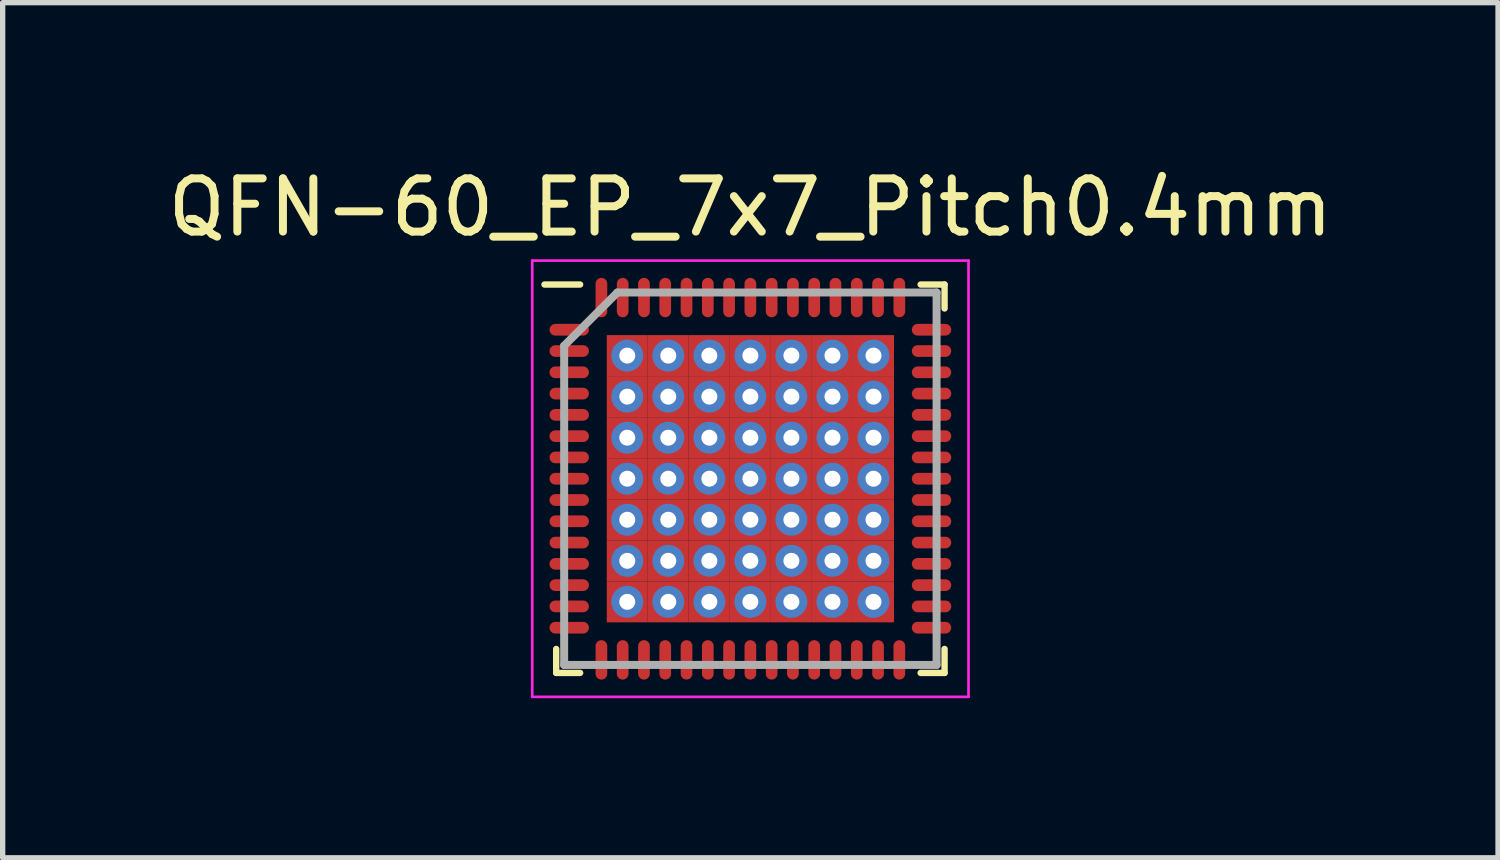
<source format=kicad_pcb>
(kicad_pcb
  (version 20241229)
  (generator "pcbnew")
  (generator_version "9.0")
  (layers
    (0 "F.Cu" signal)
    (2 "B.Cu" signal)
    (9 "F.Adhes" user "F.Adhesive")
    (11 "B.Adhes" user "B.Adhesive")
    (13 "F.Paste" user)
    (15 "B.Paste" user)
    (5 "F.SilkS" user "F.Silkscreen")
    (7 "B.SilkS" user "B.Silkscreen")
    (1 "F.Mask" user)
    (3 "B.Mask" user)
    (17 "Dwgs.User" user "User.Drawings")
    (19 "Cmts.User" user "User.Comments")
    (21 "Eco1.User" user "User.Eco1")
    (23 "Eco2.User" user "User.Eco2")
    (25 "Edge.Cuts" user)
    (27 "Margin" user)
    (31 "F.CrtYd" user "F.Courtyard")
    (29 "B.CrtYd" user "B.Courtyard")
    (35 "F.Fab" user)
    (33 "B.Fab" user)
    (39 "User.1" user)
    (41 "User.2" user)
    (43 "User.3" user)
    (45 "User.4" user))
  (footprint "QFN-60_EP_7x7_Pitch0.4mm"
    (layer "F.Cu")
    (at 11.054 5.948)
    (property "Reference" "QFN-60_EP_7x7_Pitch0.4mm" (at 0 -5.1 0) (layer "F.SilkS") (effects (font (size 1 1) (thickness 0.15))))
    (attr through_hole)
    (fp_line (start -3.65 3.65) (end -3.65 3.2) (stroke (width 0.12) (type solid)) (layer "F.SilkS"))
    (fp_line (start -3.2 -3.65) (end -3.87 -3.65) (stroke (width 0.12) (type solid)) (layer "F.SilkS"))
    (fp_line (start -3.2 3.65) (end -3.65 3.65) (stroke (width 0.12) (type solid)) (layer "F.SilkS"))
    (fp_line (start 3.2 -3.65) (end 3.65 -3.65) (stroke (width 0.12) (type solid)) (layer "F.SilkS"))
    (fp_line (start 3.2 3.65) (end 3.65 3.65) (stroke (width 0.12) (type solid)) (layer "F.SilkS"))
    (fp_line (start 3.65 -3.65) (end 3.65 -3.2) (stroke (width 0.12) (type solid)) (layer "F.SilkS"))
    (fp_line (start 3.65 3.65) (end 3.65 3.2) (stroke (width 0.12) (type solid)) (layer "F.SilkS"))
    (fp_line (start -4.1 -4.1) (end 4.1 -4.1) (stroke (width 0.05) (type solid)) (layer "F.CrtYd"))
    (fp_line (start -4.1 4.1) (end -4.1 -4.1) (stroke (width 0.05) (type solid)) (layer "F.CrtYd"))
    (fp_line (start 4.1 -4.1) (end 4.1 4.1) (stroke (width 0.05) (type solid)) (layer "F.CrtYd"))
    (fp_line (start 4.1 4.1) (end -4.1 4.1) (stroke (width 0.05) (type solid)) (layer "F.CrtYd"))
    (fp_line (start -3.5 -2.5) (end -3.5 3.5) (stroke (width 0.15) (type solid)) (layer "F.Fab"))
    (fp_line (start -3.5 3.5) (end 3.5 3.5) (stroke (width 0.15) (type solid)) (layer "F.Fab"))
    (fp_line (start -2.5 -3.5) (end -3.5 -2.5) (stroke (width 0.15) (type solid)) (layer "F.Fab"))
    (fp_line (start 3.5 -3.5) (end -2.5 -3.5) (stroke (width 0.15) (type solid)) (layer "F.Fab"))
    (fp_line (start 3.5 3.5) (end 3.5 -3.5) (stroke (width 0.15) (type solid)) (layer "F.Fab"))
    (pad "1" smd oval (at -3.405 -2.8 90) (size 0.22 0.74) (layers "F.Cu" "F.Mask" "F.Paste"))
    (pad "2" smd oval (at -3.405 -2.4 90) (size 0.22 0.74) (layers "F.Cu" "F.Mask" "F.Paste"))
    (pad "3" smd oval (at -3.405 -2 90) (size 0.22 0.74) (layers "F.Cu" "F.Mask" "F.Paste"))
    (pad "4" smd oval (at -3.405 -1.6 90) (size 0.22 0.74) (layers "F.Cu" "F.Mask" "F.Paste"))
    (pad "5" smd oval (at -3.405 -1.2 90) (size 0.22 0.74) (layers "F.Cu" "F.Mask" "F.Paste"))
    (pad "6" smd oval (at -3.405 -0.8 90) (size 0.22 0.74) (layers "F.Cu" "F.Mask" "F.Paste"))
    (pad "7" smd oval (at -3.405 -0.4 90) (size 0.22 0.74) (layers "F.Cu" "F.Mask" "F.Paste"))
    (pad "8" smd oval (at -3.405 0 90) (size 0.22 0.74) (layers "F.Cu" "F.Mask" "F.Paste"))
    (pad "9" smd oval (at -3.405 0.4 90) (size 0.22 0.74) (layers "F.Cu" "F.Mask" "F.Paste"))
    (pad "10" smd oval (at -3.405 0.8 90) (size 0.22 0.74) (layers "F.Cu" "F.Mask" "F.Paste"))
    (pad "11" smd oval (at -3.405 1.2 90) (size 0.22 0.74) (layers "F.Cu" "F.Mask" "F.Paste"))
    (pad "12" smd oval (at -3.405 1.6 90) (size 0.22 0.74) (layers "F.Cu" "F.Mask" "F.Paste"))
    (pad "13" smd oval (at -3.405 2 90) (size 0.22 0.74) (layers "F.Cu" "F.Mask" "F.Paste"))
    (pad "14" smd oval (at -3.405 2.4 90) (size 0.22 0.74) (layers "F.Cu" "F.Mask" "F.Paste"))
    (pad "15" smd oval (at -3.405 2.8 90) (size 0.22 0.74) (layers "F.Cu" "F.Mask" "F.Paste"))
    (pad "16" smd oval (at -2.8 3.405) (size 0.22 0.74) (layers "F.Cu" "F.Mask" "F.Paste"))
    (pad "17" smd oval (at -2.4 3.405) (size 0.22 0.74) (layers "F.Cu" "F.Mask" "F.Paste"))
    (pad "18" smd oval (at -2 3.405) (size 0.22 0.74) (layers "F.Cu" "F.Mask" "F.Paste"))
    (pad "19" smd oval (at -1.6 3.405) (size 0.22 0.74) (layers "F.Cu" "F.Mask" "F.Paste"))
    (pad "20" smd oval (at -1.2 3.405) (size 0.22 0.74) (layers "F.Cu" "F.Mask" "F.Paste"))
    (pad "21" smd oval (at -0.8 3.405) (size 0.22 0.74) (layers "F.Cu" "F.Mask" "F.Paste"))
    (pad "22" smd oval (at -0.4 3.405) (size 0.22 0.74) (layers "F.Cu" "F.Mask" "F.Paste"))
    (pad "23" smd oval (at 0 3.405) (size 0.22 0.74) (layers "F.Cu" "F.Mask" "F.Paste"))
    (pad "24" smd oval (at 0.4 3.405) (size 0.22 0.74) (layers "F.Cu" "F.Mask" "F.Paste"))
    (pad "25" smd oval (at 0.8 3.405) (size 0.22 0.74) (layers "F.Cu" "F.Mask" "F.Paste"))
    (pad "26" smd oval (at 1.2 3.405) (size 0.22 0.74) (layers "F.Cu" "F.Mask" "F.Paste"))
    (pad "27" smd oval (at 1.6 3.405) (size 0.22 0.74) (layers "F.Cu" "F.Mask" "F.Paste"))
    (pad "28" smd oval (at 2 3.405) (size 0.22 0.74) (layers "F.Cu" "F.Mask" "F.Paste"))
    (pad "29" smd oval (at 2.4 3.405) (size 0.22 0.74) (layers "F.Cu" "F.Mask" "F.Paste"))
    (pad "30" smd oval (at 2.8 3.405) (size 0.22 0.74) (layers "F.Cu" "F.Mask" "F.Paste"))
    (pad "31" smd oval (at 3.405 2.8 90) (size 0.22 0.74) (layers "F.Cu" "F.Mask" "F.Paste"))
    (pad "32" smd oval (at 3.405 2.4 90) (size 0.22 0.74) (layers "F.Cu" "F.Mask" "F.Paste"))
    (pad "33" smd oval (at 3.405 2 90) (size 0.22 0.74) (layers "F.Cu" "F.Mask" "F.Paste"))
    (pad "34" smd oval (at 3.405 1.6 90) (size 0.22 0.74) (layers "F.Cu" "F.Mask" "F.Paste"))
    (pad "35" smd oval (at 3.405 1.2 90) (size 0.22 0.74) (layers "F.Cu" "F.Mask" "F.Paste"))
    (pad "36" smd oval (at 3.405 0.8 90) (size 0.22 0.74) (layers "F.Cu" "F.Mask" "F.Paste"))
    (pad "37" smd oval (at 3.405 0.4 90) (size 0.22 0.74) (layers "F.Cu" "F.Mask" "F.Paste"))
    (pad "38" smd oval (at 3.405 0 90) (size 0.22 0.74) (layers "F.Cu" "F.Mask" "F.Paste"))
    (pad "39" smd oval (at 3.405 -0.4 90) (size 0.22 0.74) (layers "F.Cu" "F.Mask" "F.Paste"))
    (pad "40" smd oval (at 3.405 -0.8 90) (size 0.22 0.74) (layers "F.Cu" "F.Mask" "F.Paste"))
    (pad "41" smd oval (at 3.405 -1.2 90) (size 0.22 0.74) (layers "F.Cu" "F.Mask" "F.Paste"))
    (pad "42" smd oval (at 3.405 -1.6 90) (size 0.22 0.74) (layers "F.Cu" "F.Mask" "F.Paste"))
    (pad "43" smd oval (at 3.405 -2 90) (size 0.22 0.74) (layers "F.Cu" "F.Mask" "F.Paste"))
    (pad "44" smd oval (at 3.405 -2.4 90) (size 0.22 0.74) (layers "F.Cu" "F.Mask" "F.Paste"))
    (pad "45" smd oval (at 3.405 -2.8 90) (size 0.22 0.74) (layers "F.Cu" "F.Mask" "F.Paste"))
    (pad "46" smd oval (at 2.8 -3.405) (size 0.22 0.74) (layers "F.Cu" "F.Mask" "F.Paste"))
    (pad "47" smd oval (at 2.4 -3.405) (size 0.22 0.74) (layers "F.Cu" "F.Mask" "F.Paste"))
    (pad "48" smd oval (at 2 -3.405) (size 0.22 0.74) (layers "F.Cu" "F.Mask" "F.Paste"))
    (pad "49" smd oval (at 1.6 -3.405) (size 0.22 0.74) (layers "F.Cu" "F.Mask" "F.Paste"))
    (pad "50" smd oval (at 1.2 -3.405) (size 0.22 0.74) (layers "F.Cu" "F.Mask" "F.Paste"))
    (pad "51" smd oval (at 0.8 -3.405) (size 0.22 0.74) (layers "F.Cu" "F.Mask" "F.Paste"))
    (pad "52" smd oval (at 0.4 -3.405) (size 0.22 0.74) (layers "F.Cu" "F.Mask" "F.Paste"))
    (pad "53" smd oval (at 0 -3.405) (size 0.22 0.74) (layers "F.Cu" "F.Mask" "F.Paste"))
    (pad "54" smd oval (at -0.4 -3.405) (size 0.22 0.74) (layers "F.Cu" "F.Mask" "F.Paste"))
    (pad "55" smd oval (at -0.8 -3.405) (size 0.22 0.74) (layers "F.Cu" "F.Mask" "F.Paste"))
    (pad "56" smd oval (at -1.2 -3.405) (size 0.22 0.74) (layers "F.Cu" "F.Mask" "F.Paste"))
    (pad "57" smd oval (at -1.6 -3.405) (size 0.22 0.74) (layers "F.Cu" "F.Mask" "F.Paste"))
    (pad "58" smd oval (at -2 -3.405) (size 0.22 0.74) (layers "F.Cu" "F.Mask" "F.Paste"))
    (pad "59" smd oval (at -2.4 -3.405) (size 0.22 0.74) (layers "F.Cu" "F.Mask" "F.Paste"))
    (pad "60" smd oval (at -2.8 -3.405) (size 0.22 0.74) (layers "F.Cu" "F.Mask" "F.Paste"))
    (pad "61" thru_hole circle (at -2.314 -2.314) (size 0.6 0.6) (drill 0.3) (layers "*.Cu" "*.Mask"))
    (pad "61" smd rect (at -2.314 -2.314) (size 0.771 0.771) (layers "F.Cu" "F.Mask" "F.Paste"))
    (pad "61" thru_hole circle (at -2.314 -1.543 90) (size 0.6 0.6) (drill 0.3) (layers "*.Cu" "*.Mask"))
    (pad "61" smd rect (at -2.314 -1.543) (size 0.771 0.771) (layers "F.Cu" "F.Mask" "F.Paste"))
    (pad "61" thru_hole circle (at -2.314 -0.771 90) (size 0.6 0.6) (drill 0.3) (layers "*.Cu" "*.Mask"))
    (pad "61" smd rect (at -2.314 -0.771) (size 0.771 0.771) (layers "F.Cu" "F.Mask" "F.Paste"))
    (pad "61" thru_hole circle (at -2.314 -0.000001 90) (size 0.6 0.6) (drill 0.3) (layers "*.Cu" "*.Mask"))
    (pad "61" smd rect (at -2.314 0) (size 0.771 0.771) (layers "F.Cu" "F.Mask" "F.Paste"))
    (pad "61" thru_hole circle (at -2.314 0.771 90) (size 0.6 0.6) (drill 0.3) (layers "*.Cu" "*.Mask"))
    (pad "61" smd rect (at -2.314 0.771) (size 0.771 0.771) (layers "F.Cu" "F.Mask" "F.Paste"))
    (pad "61" thru_hole circle (at -2.314 1.543 90) (size 0.6 0.6) (drill 0.3) (layers "*.Cu" "*.Mask"))
    (pad "61" smd rect (at -2.314 1.543) (size 0.771 0.771) (layers "F.Cu" "F.Mask" "F.Paste"))
    (pad "61" thru_hole circle (at -2.314 2.314 90) (size 0.6 0.6) (drill 0.3) (layers "*.Cu" "*.Mask"))
    (pad "61" smd rect (at -2.314 2.314) (size 0.771 0.771) (layers "F.Cu" "F.Mask" "F.Paste"))
    (pad "61" thru_hole circle (at -1.543 -2.314) (size 0.6 0.6) (drill 0.3) (layers "*.Cu" "*.Mask"))
    (pad "61" smd rect (at -1.543 -2.314) (size 0.771 0.771) (layers "F.Cu" "F.Mask" "F.Paste"))
    (pad "61" thru_hole circle (at -1.543 -1.543) (size 0.6 0.6) (drill 0.3) (layers "*.Cu" "*.Mask"))
    (pad "61" smd rect (at -1.543 -1.543) (size 0.771 0.771) (layers "F.Cu" "F.Mask" "F.Paste"))
    (pad "61" thru_hole circle (at -1.543 -0.771) (size 0.6 0.6) (drill 0.3) (layers "*.Cu" "*.Mask"))
    (pad "61" smd rect (at -1.543 -0.771) (size 0.771 0.771) (layers "F.Cu" "F.Mask" "F.Paste"))
    (pad "61" thru_hole circle (at -1.543 0) (size 0.6 0.6) (drill 0.3) (layers "*.Cu" "*.Mask"))
    (pad "61" smd rect (at -1.543 0) (size 0.771 0.771) (layers "F.Cu" "F.Mask" "F.Paste"))
    (pad "61" smd rect (at -1.543 0.771) (size 0.771 0.771) (layers "F.Cu" "F.Mask" "F.Paste"))
    (pad "61" thru_hole circle (at -1.543 0.771) (size 0.6 0.6) (drill 0.3) (layers "*.Cu" "*.Mask"))
    (pad "61" thru_hole circle (at -1.543 1.543) (size 0.6 0.6) (drill 0.3) (layers "*.Cu" "*.Mask"))
    (pad "61" smd rect (at -1.543 1.543) (size 0.771 0.771) (layers "F.Cu" "F.Mask" "F.Paste"))
    (pad "61" thru_hole circle (at -1.543 2.314) (size 0.6 0.6) (drill 0.3) (layers "*.Cu" "*.Mask"))
    (pad "61" smd rect (at -1.543 2.314) (size 0.771 0.771) (layers "F.Cu" "F.Mask" "F.Paste"))
    (pad "61" thru_hole circle (at -0.771 -2.314) (size 0.6 0.6) (drill 0.3) (layers "*.Cu" "*.Mask"))
    (pad "61" thru_hole circle (at -0.771 -1.543) (size 0.6 0.6) (drill 0.3) (layers "*.Cu" "*.Mask"))
    (pad "61" thru_hole circle (at -0.771 -0.771) (size 0.6 0.6) (drill 0.3) (layers "*.Cu" "*.Mask"))
    (pad "61" thru_hole circle (at -0.771 0) (size 0.6 0.6) (drill 0.3) (layers "*.Cu" "*.Mask"))
    (pad "61" thru_hole circle (at -0.771 0.771) (size 0.6 0.6) (drill 0.3) (layers "*.Cu" "*.Mask"))
    (pad "61" thru_hole circle (at -0.771 1.543) (size 0.6 0.6) (drill 0.3) (layers "*.Cu" "*.Mask"))
    (pad "61" smd rect (at -0.771 -2.314) (size 0.771 0.771) (layers "F.Cu" "F.Mask" "F.Paste"))
    (pad "61" smd rect (at -0.771 -1.543) (size 0.771 0.771) (layers "F.Cu" "F.Mask" "F.Paste"))
    (pad "61" smd rect (at -0.771 -0.771) (size 0.771 0.771) (layers "F.Cu" "F.Mask" "F.Paste"))
    (pad "61" smd rect (at -0.771 0) (size 0.771 0.771) (layers "F.Cu" "F.Mask" "F.Paste"))
    (pad "61" smd rect (at -0.771 0.771) (size 0.771 0.771) (layers "F.Cu" "F.Mask" "F.Paste"))
    (pad "61" smd rect (at -0.771 1.543) (size 0.771 0.771) (layers "F.Cu" "F.Mask" "F.Paste"))
    (pad "61" thru_hole circle (at -0.771 2.314) (size 0.6 0.6) (drill 0.3) (layers "*.Cu" "*.Mask"))
    (pad "61" smd rect (at -0.771 2.314) (size 0.771 0.771) (layers "F.Cu" "F.Mask" "F.Paste"))
    (pad "61" thru_hole circle (at -0.000001 -2.314) (size 0.6 0.6) (drill 0.3) (layers "*.Cu" "*.Mask"))
    (pad "61" smd rect (at 0 -2.314) (size 0.771 0.771) (layers "F.Cu" "F.Mask" "F.Paste"))
    (pad "61" thru_hole circle (at 0 -1.543) (size 0.6 0.6) (drill 0.3) (layers "*.Cu" "*.Mask"))
    (pad "61" smd rect (at 0 -1.543) (size 0.771 0.771) (layers "F.Cu" "F.Mask" "F.Paste"))
    (pad "61" thru_hole circle (at 0 -0.771) (size 0.6 0.6) (drill 0.3) (layers "*.Cu" "*.Mask"))
    (pad "61" smd rect (at 0 -0.771) (size 0.771 0.771) (layers "F.Cu" "F.Mask" "F.Paste"))
    (pad "61" thru_hole circle (at 0 0) (size 0.6 0.6) (drill 0.3) (layers "*.Cu" "*.Mask"))
    (pad "61" smd rect (at 0 0) (size 0.771 0.771) (layers "F.Cu" "F.Mask" "F.Paste"))
    (pad "61" smd rect (at 0 0.771) (size 0.771 0.771) (layers "F.Cu" "F.Mask" "F.Paste"))
    (pad "61" thru_hole circle (at 0 0.771) (size 0.6 0.6) (drill 0.3) (layers "*.Cu" "*.Mask"))
    (pad "61" thru_hole circle (at 0 1.543) (size 0.6 0.6) (drill 0.3) (layers "*.Cu" "*.Mask"))
    (pad "61" smd rect (at 0 1.543) (size 0.771 0.771) (layers "F.Cu" "F.Mask" "F.Paste"))
    (pad "61" thru_hole circle (at 0 2.314) (size 0.6 0.6) (drill 0.3) (layers "*.Cu" "*.Mask"))
    (pad "61" smd rect (at 0 2.314) (size 0.771 0.771) (layers "F.Cu" "F.Mask" "F.Paste"))
    (pad "61" thru_hole circle (at 0.771 -2.314) (size 0.6 0.6) (drill 0.3) (layers "*.Cu" "*.Mask"))
    (pad "61" smd rect (at 0.771 -2.314) (size 0.771 0.771) (layers "F.Cu" "F.Mask" "F.Paste"))
    (pad "61" thru_hole circle (at 0.771 -1.543) (size 0.6 0.6) (drill 0.3) (layers "*.Cu" "*.Mask"))
    (pad "61" smd rect (at 0.771 -1.543) (size 0.771 0.771) (layers "F.Cu" "F.Mask" "F.Paste"))
    (pad "61" thru_hole circle (at 0.771 -0.771) (size 0.6 0.6) (drill 0.3) (layers "*.Cu" "*.Mask"))
    (pad "61" smd rect (at 0.771 -0.771) (size 0.771 0.771) (layers "F.Cu" "F.Mask" "F.Paste"))
    (pad "61" thru_hole circle (at 0.771 0) (size 0.6 0.6) (drill 0.3) (layers "*.Cu" "*.Mask"))
    (pad "61" smd rect (at 0.771 0) (size 0.771 0.771) (layers "F.Cu" "F.Mask" "F.Paste"))
    (pad "61" smd rect (at 0.771 0.771) (size 0.771 0.771) (layers "F.Cu" "F.Mask" "F.Paste"))
    (pad "61" thru_hole circle (at 0.771 0.771) (size 0.6 0.6) (drill 0.3) (layers "*.Cu" "*.Mask"))
    (pad "61" thru_hole circle (at 0.771 1.543) (size 0.6 0.6) (drill 0.3) (layers "*.Cu" "*.Mask"))
    (pad "61" smd rect (at 0.771 1.543) (size 0.771 0.771) (layers "F.Cu" "F.Mask" "F.Paste"))
    (pad "61" smd rect (at 0.771 2.314) (size 0.771 0.771) (layers "F.Cu" "F.Mask" "F.Paste"))
    (pad "61" thru_hole circle (at 0.771 2.314) (size 0.6 0.6) (drill 0.3) (layers "*.Cu" "*.Mask"))
    (pad "61" thru_hole circle (at 1.543 -2.314) (size 0.6 0.6) (drill 0.3) (layers "*.Cu" "*.Mask"))
    (pad "61" smd rect (at 1.543 -2.314) (size 0.771 0.771) (layers "F.Cu" "F.Mask" "F.Paste"))
    (pad "61" thru_hole circle (at 1.543 -1.543) (size 0.6 0.6) (drill 0.3) (layers "*.Cu" "*.Mask"))
    (pad "61" smd rect (at 1.543 -1.543) (size 0.771 0.771) (layers "F.Cu" "F.Mask" "F.Paste"))
    (pad "61" thru_hole circle (at 1.543 -0.771) (size 0.6 0.6) (drill 0.3) (layers "*.Cu" "*.Mask"))
    (pad "61" smd rect (at 1.543 -0.771) (size 0.771 0.771) (layers "F.Cu" "F.Mask" "F.Paste"))
    (pad "61" thru_hole circle (at 1.543 0) (size 0.6 0.6) (drill 0.3) (layers "*.Cu" "*.Mask"))
    (pad "61" smd rect (at 1.543 0) (size 0.771 0.771) (layers "F.Cu" "F.Mask" "F.Paste"))
    (pad "61" smd rect (at 1.543 0.771) (size 0.771 0.771) (layers "F.Cu" "F.Mask" "F.Paste"))
    (pad "61" thru_hole circle (at 1.543 0.771) (size 0.6 0.6) (drill 0.3) (layers "*.Cu" "*.Mask"))
    (pad "61" thru_hole circle (at 1.543 1.543) (size 0.6 0.6) (drill 0.3) (layers "*.Cu" "*.Mask"))
    (pad "61" smd rect (at 1.543 1.543) (size 0.771 0.771) (layers "F.Cu" "F.Mask" "F.Paste"))
    (pad "61" thru_hole circle (at 1.543 2.314) (size 0.6 0.6) (drill 0.3) (layers "*.Cu" "*.Mask"))
    (pad "61" smd rect (at 1.543 2.314) (size 0.771 0.771) (layers "F.Cu" "F.Mask" "F.Paste"))
    (pad "61" thru_hole circle (at 2.314 -2.314) (size 0.6 0.6) (drill 0.3) (layers "*.Cu" "*.Mask"))
    (pad "61" smd rect (at 2.314 -2.314) (size 0.771 0.771) (layers "F.Cu" "F.Mask" "F.Paste"))
    (pad "61" thru_hole circle (at 2.314 -1.543) (size 0.6 0.6) (drill 0.3) (layers "*.Cu" "*.Mask"))
    (pad "61" smd rect (at 2.314 -1.543) (size 0.771 0.771) (layers "F.Cu" "F.Mask" "F.Paste"))
    (pad "61" thru_hole circle (at 2.314 -0.771) (size 0.6 0.6) (drill 0.3) (layers "*.Cu" "*.Mask"))
    (pad "61" smd rect (at 2.314 -0.771) (size 0.771 0.771) (layers "F.Cu" "F.Mask" "F.Paste"))
    (pad "61" thru_hole circle (at 2.314 0) (size 0.6 0.6) (drill 0.3) (layers "*.Cu" "*.Mask"))
    (pad "61" smd rect (at 2.314 0) (size 0.771 0.771) (layers "F.Cu" "F.Mask" "F.Paste"))
    (pad "61" smd rect (at 2.314 0.771) (size 0.771 0.771) (layers "F.Cu" "F.Mask" "F.Paste"))
    (pad "61" thru_hole circle (at 2.314 0.771) (size 0.6 0.6) (drill 0.3) (layers "*.Cu" "*.Mask"))
    (pad "61" thru_hole circle (at 2.314 1.543) (size 0.6 0.6) (drill 0.3) (layers "*.Cu" "*.Mask"))
    (pad "61" smd rect (at 2.314 1.543) (size 0.771 0.771) (layers "F.Cu" "F.Mask" "F.Paste"))
    (pad "61" smd rect (at 2.314 2.314) (size 0.771 0.771) (layers "F.Cu" "F.Mask" "F.Paste"))
    (pad "61" thru_hole circle (at 2.314 2.314) (size 0.6 0.6) (drill 0.3) (layers "*.Cu" "*.Mask")))
  (gr_rect
    (start -3 -3)
    (end 25.107 13.073)
    (stroke (width 0.1) (type default))
    (fill no)
    (layer "Edge.Cuts")))
</source>
